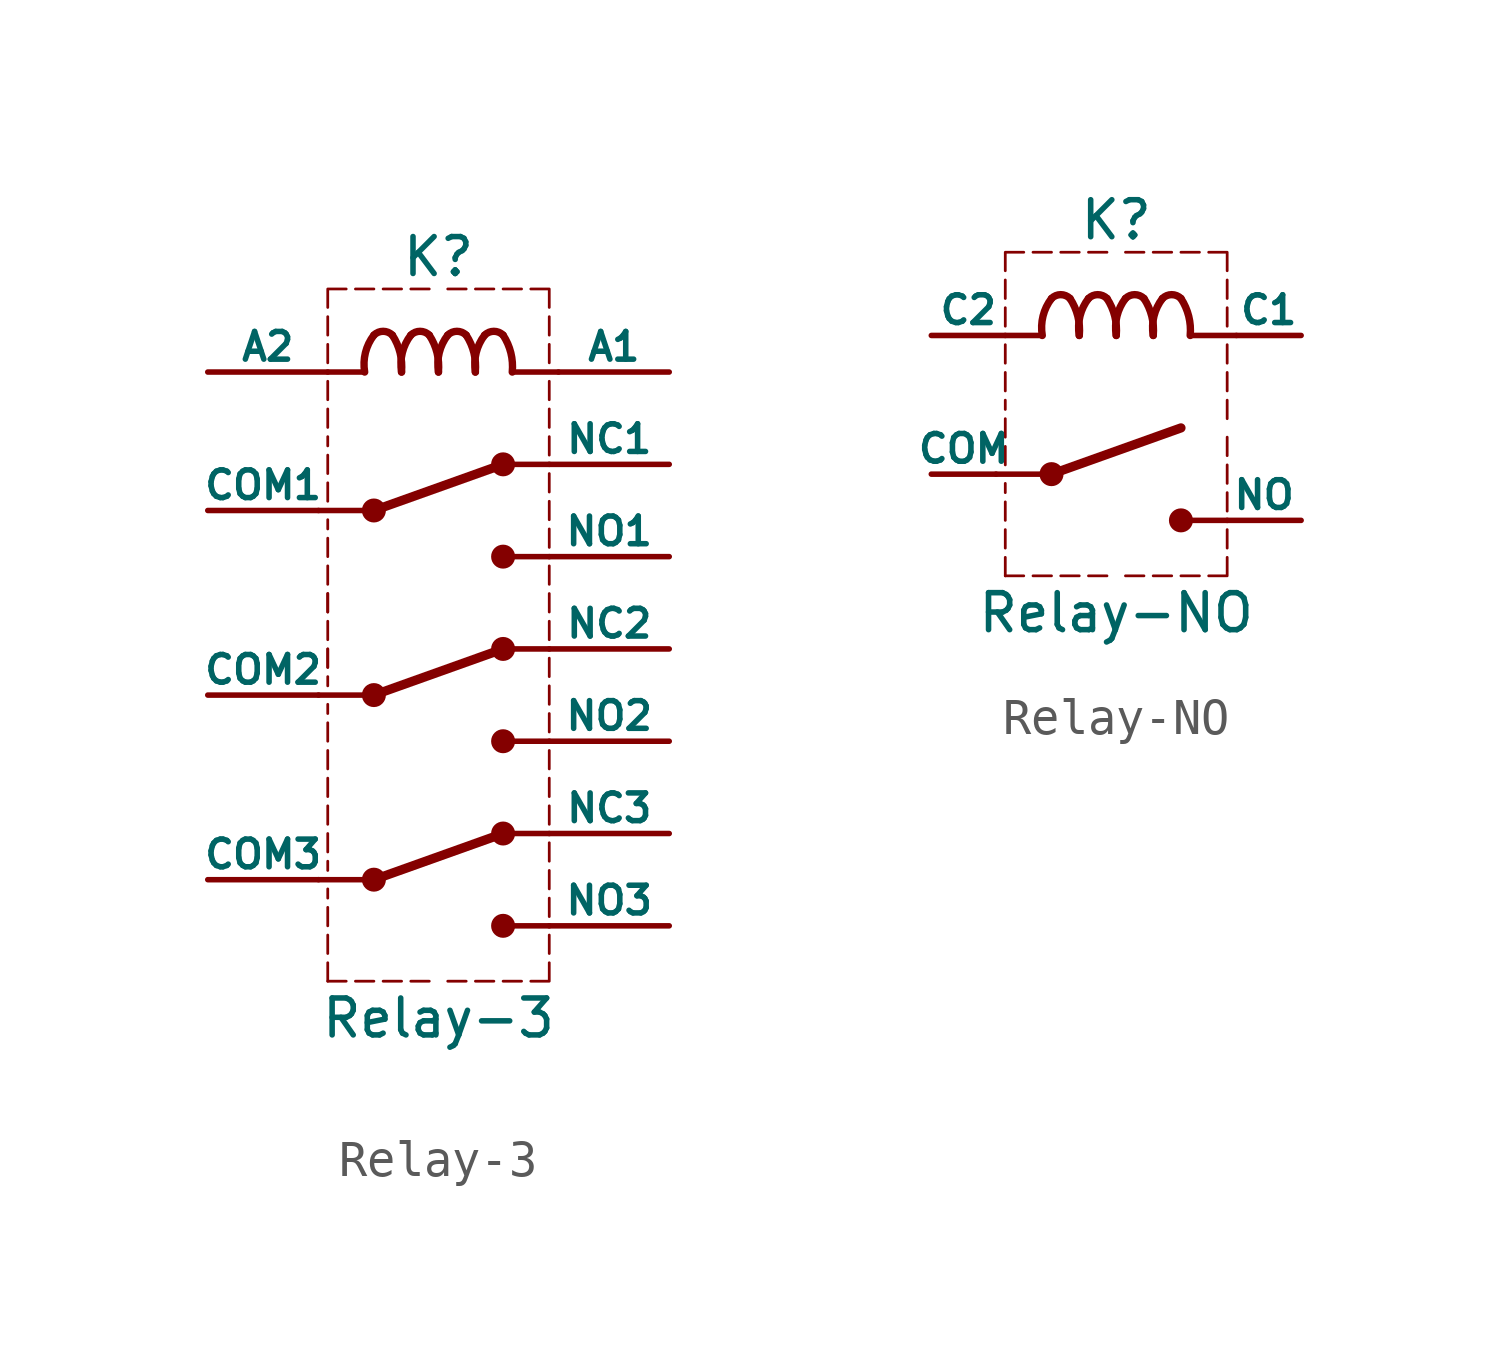
<source format=kicad_sym>
(kicad_symbol_lib
  (version 20231120)
  (generator "kicad_symbol_editor")
  (generator_version "8.0")
  (symbol "Relay-3"
    (pin_numbers hide)
    (pin_names
      (offset 0))
    (property "Reference" "K"
      (at 0 9.525 0)
      (effects (font (size 1.016 1.016))))
    (property "Value" "Relay-3"
      (at 0 -11.43 0)
      (effects (font (size 1.016 1.016))))
    (symbol "Relay-3_1_1"
      (circle (center -1.778 -7.62) (radius 0.254) (stroke (width 0) (type solid)) (fill (type outline)))
      (circle (center -1.778 -2.54) (radius 0.254) (stroke (width 0) (type solid)) (fill (type outline)))
      (circle (center -1.778 2.54) (radius 0.254) (stroke (width 0) (type solid)) (fill (type outline)))
      (arc (start -1.778 7.366) (mid -2.0109 6.884) (end -2.032 6.35) (stroke (width 0.2032) (type solid)) (fill (type none)))
      (arc (start -1.27 7.366) (mid -1.524 7.4712) (end -1.778 7.366) (stroke (width 0.2032) (type solid)) (fill (type none)))
      (arc (start -1.016 6.35) (mid -1.0561 6.8789) (end -1.27 7.366) (stroke (width 0.2032) (type solid)) (fill (type none)))
      (arc (start -0.762 7.366) (mid -0.9949 6.884) (end -1.016 6.35) (stroke (width 0.2032) (type solid)) (fill (type none)))
      (arc (start -0.254 7.366) (mid -0.508 7.4712) (end -0.762 7.366) (stroke (width 0.2032) (type solid)) (fill (type none)))
      (polyline (pts (xy -3.302 -7.62) (xy -1.778 -7.62)) (stroke (width 0) (type solid)) (fill (type none)))
      (polyline (pts (xy -3.302 -2.54) (xy -1.778 -2.54)) (stroke (width 0) (type solid)) (fill (type none)))
      (polyline (pts (xy -3.302 2.54) (xy -1.778 2.54)) (stroke (width 0) (type solid)) (fill (type none)))
      (polyline (pts (xy -3.048 -10.414) (xy -3.048 -9.906)) (stroke (width 0.076) (type solid)) (fill (type none)))
      (polyline (pts (xy -3.048 -9.652) (xy -3.048 -9.144)) (stroke (width 0.076) (type solid)) (fill (type none)))
      (polyline (pts (xy -3.048 -8.89) (xy -3.048 -8.382)) (stroke (width 0.076) (type solid)) (fill (type none)))
      (polyline (pts (xy -3.048 -8.128) (xy -3.048 -7.874)) (stroke (width 0.076) (type solid)) (fill (type none)))
      (polyline (pts (xy -3.048 -7.366) (xy -3.048 -7.112)) (stroke (width 0.076) (type solid)) (fill (type none)))
      (polyline (pts (xy -3.048 -6.858) (xy -3.048 -6.35)) (stroke (width 0.076) (type solid)) (fill (type none)))
      (polyline (pts (xy -3.048 -6.096) (xy -3.048 -5.588)) (stroke (width 0.076) (type solid)) (fill (type none)))
      (polyline (pts (xy -3.048 -5.334) (xy -3.048 -4.826)) (stroke (width 0.076) (type solid)) (fill (type none)))
      (polyline (pts (xy -3.048 -4.572) (xy -3.048 -4.064)) (stroke (width 0.076) (type solid)) (fill (type none)))
      (polyline (pts (xy -3.048 -3.81) (xy -3.048 -3.302)) (stroke (width 0.076) (type solid)) (fill (type none)))
      (polyline (pts (xy -3.048 -3.048) (xy -3.048 -2.794)) (stroke (width 0.076) (type solid)) (fill (type none)))
      (polyline (pts (xy -3.048 -2.286) (xy -3.048 -2.032)) (stroke (width 0.076) (type solid)) (fill (type none)))
      (polyline (pts (xy -3.048 -1.778) (xy -3.048 -1.27)) (stroke (width 0.076) (type solid)) (fill (type none)))
      (polyline (pts (xy -3.048 -1.778) (xy -3.048 -1.27)) (stroke (width 0.076) (type solid)) (fill (type none)))
      (polyline (pts (xy -3.048 -1.016) (xy -3.048 -0.508)) (stroke (width 0.076) (type solid)) (fill (type none)))
      (polyline (pts (xy -3.048 -0.254) (xy -3.048 0.254)) (stroke (width 0.076) (type solid)) (fill (type none)))
      (polyline (pts (xy -3.048 -0.254) (xy -3.048 0.254)) (stroke (width 0.076) (type solid)) (fill (type none)))
      (polyline (pts (xy -3.048 0.508) (xy -3.048 1.016)) (stroke (width 0.076) (type solid)) (fill (type none)))
      (polyline (pts (xy -3.048 1.27) (xy -3.048 1.778)) (stroke (width 0.076) (type solid)) (fill (type none)))
      (polyline (pts (xy -3.048 2.032) (xy -3.048 2.286)) (stroke (width 0.076) (type solid)) (fill (type none)))
      (polyline (pts (xy -3.048 3.302) (xy -3.048 2.794)) (stroke (width 0.076) (type solid)) (fill (type none)))
      (polyline (pts (xy -3.048 3.556) (xy -3.048 4.064)) (stroke (width 0.076) (type solid)) (fill (type none)))
      (polyline (pts (xy -3.048 4.572) (xy -3.048 4.318)) (stroke (width 0.076) (type solid)) (fill (type none)))
      (polyline (pts (xy -3.048 5.334) (xy -3.048 4.826)) (stroke (width 0.076) (type solid)) (fill (type none)))
      (polyline (pts (xy -3.048 6.096) (xy -3.048 5.588)) (stroke (width 0.076) (type solid)) (fill (type none)))
      (polyline (pts (xy -3.048 6.604) (xy -3.048 7.112)) (stroke (width 0.076) (type solid)) (fill (type none)))
      (polyline (pts (xy -3.048 7.366) (xy -3.048 7.874)) (stroke (width 0.076) (type solid)) (fill (type none)))
      (polyline (pts (xy -2.54 -10.414) (xy -3.048 -10.414)) (stroke (width 0.076) (type solid)) (fill (type none)))
      (polyline (pts (xy -2.286 8.636) (xy -1.778 8.636)) (stroke (width 0.076) (type solid)) (fill (type none)))
      (polyline (pts (xy -2.032 6.35) (xy -3.048 6.35)) (stroke (width 0) (type solid)) (fill (type none)))
      (polyline (pts (xy -1.778 -10.414) (xy -2.286 -10.414)) (stroke (width 0.076) (type solid)) (fill (type none)))
      (polyline (pts (xy -1.778 -7.62) (xy 1.778 -6.35)) (stroke (width 0.254) (type solid)) (fill (type none)))
      (polyline (pts (xy -1.778 -2.54) (xy 1.778 -1.27)) (stroke (width 0.254) (type solid)) (fill (type none)))
      (polyline (pts (xy -1.778 2.54) (xy 1.778 3.81)) (stroke (width 0.254) (type solid)) (fill (type none)))
      (polyline (pts (xy -1.016 -10.414) (xy -1.524 -10.414)) (stroke (width 0.076) (type solid)) (fill (type none)))
      (polyline (pts (xy -1.016 8.636) (xy -1.524 8.636)) (stroke (width 0.076) (type solid)) (fill (type none)))
      (polyline (pts (xy -0.254 -10.414) (xy -0.762 -10.414)) (stroke (width 0.076) (type solid)) (fill (type none)))
      (polyline (pts (xy -0.254 8.636) (xy -0.762 8.636)) (stroke (width 0.076) (type solid)) (fill (type none)))
      (polyline (pts (xy 0.762 -10.414) (xy 0.254 -10.414)) (stroke (width 0.076) (type solid)) (fill (type none)))
      (polyline (pts (xy 0.762 8.636) (xy 0.254 8.636)) (stroke (width 0.076) (type solid)) (fill (type none)))
      (polyline (pts (xy 1.524 -10.414) (xy 1.016 -10.414)) (stroke (width 0.076) (type solid)) (fill (type none)))
      (polyline (pts (xy 1.524 8.636) (xy 1.016 8.636)) (stroke (width 0.076) (type solid)) (fill (type none)))
      (polyline (pts (xy 1.778 -8.89) (xy 3.048 -8.89)) (stroke (width 0) (type solid)) (fill (type none)))
      (polyline (pts (xy 1.778 -3.81) (xy 3.048 -3.81)) (stroke (width 0) (type solid)) (fill (type none)))
      (polyline (pts (xy 1.778 1.27) (xy 3.048 1.27)) (stroke (width 0) (type solid)) (fill (type none)))
      (polyline (pts (xy 2.286 -10.414) (xy 1.778 -10.414)) (stroke (width 0.076) (type solid)) (fill (type none)))
      (polyline (pts (xy 2.286 8.636) (xy 1.778 8.636)) (stroke (width 0.076) (type solid)) (fill (type none)))
      (polyline (pts (xy 3.048 -9.144) (xy 3.048 -9.652)) (stroke (width 0.076) (type solid)) (fill (type none)))
      (polyline (pts (xy 3.048 -8.636) (xy 3.048 -8.128)) (stroke (width 0.076) (type solid)) (fill (type none)))
      (polyline (pts (xy 3.048 -7.366) (xy 3.048 -7.874)) (stroke (width 0.076) (type solid)) (fill (type none)))
      (polyline (pts (xy 3.048 -6.604) (xy 3.048 -7.112)) (stroke (width 0.076) (type solid)) (fill (type none)))
      (polyline (pts (xy 3.048 -6.35) (xy 1.778 -6.35)) (stroke (width 0) (type solid)) (fill (type none)))
      (polyline (pts (xy 3.048 -5.588) (xy 3.048 -6.096)) (stroke (width 0.076) (type solid)) (fill (type none)))
      (polyline (pts (xy 3.048 -4.826) (xy 3.048 -5.334)) (stroke (width 0.076) (type solid)) (fill (type none)))
      (polyline (pts (xy 3.048 -4.064) (xy 3.048 -4.572)) (stroke (width 0.076) (type solid)) (fill (type none)))
      (polyline (pts (xy 3.048 -3.556) (xy 3.048 -3.048)) (stroke (width 0.076) (type solid)) (fill (type none)))
      (polyline (pts (xy 3.048 -2.286) (xy 3.048 -2.794)) (stroke (width 0.076) (type solid)) (fill (type none)))
      (polyline (pts (xy 3.048 -1.524) (xy 3.048 -2.032)) (stroke (width 0.076) (type solid)) (fill (type none)))
      (polyline (pts (xy 3.048 -1.27) (xy 1.778 -1.27)) (stroke (width 0) (type solid)) (fill (type none)))
      (polyline (pts (xy 3.048 -0.508) (xy 3.048 -1.016)) (stroke (width 0.076) (type solid)) (fill (type none)))
      (polyline (pts (xy 3.048 0.254) (xy 3.048 -0.254)) (stroke (width 0.076) (type solid)) (fill (type none)))
      (polyline (pts (xy 3.048 1.016) (xy 3.048 0.508)) (stroke (width 0.076) (type solid)) (fill (type none)))
      (polyline (pts (xy 3.048 1.524) (xy 3.048 2.032)) (stroke (width 0.076) (type solid)) (fill (type none)))
      (polyline (pts (xy 3.048 2.794) (xy 3.048 2.286)) (stroke (width 0.076) (type solid)) (fill (type none)))
      (polyline (pts (xy 3.048 3.556) (xy 3.048 3.048)) (stroke (width 0.076) (type solid)) (fill (type none)))
      (polyline (pts (xy 3.048 3.81) (xy 1.778 3.81)) (stroke (width 0) (type solid)) (fill (type none)))
      (polyline (pts (xy 3.048 4.064) (xy 3.048 4.572)) (stroke (width 0.076) (type solid)) (fill (type none)))
      (polyline (pts (xy 3.048 5.334) (xy 3.048 4.826)) (stroke (width 0.076) (type solid)) (fill (type none)))
      (polyline (pts (xy 3.048 6.096) (xy 3.048 5.588)) (stroke (width 0.076) (type solid)) (fill (type none)))
      (polyline (pts (xy 3.048 7.112) (xy 3.048 6.604)) (stroke (width 0.076) (type solid)) (fill (type none)))
      (polyline (pts (xy 3.048 7.874) (xy 3.048 7.366)) (stroke (width 0.076) (type solid)) (fill (type none)))
      (polyline (pts (xy 3.302 6.35) (xy 2.032 6.35)) (stroke (width 0) (type solid)) (fill (type none)))
      (polyline (pts (xy -3.048 8.128) (xy -3.048 8.636) (xy -2.54 8.636)) (stroke (width 0.076) (type solid)) (fill (type none)))
      (polyline (pts (xy 2.54 8.636) (xy 3.048 8.636) (xy 3.048 8.128)) (stroke (width 0.076) (type solid)) (fill (type none)))
      (polyline (pts (xy 3.048 -9.906) (xy 3.048 -10.414) (xy 2.54 -10.414)) (stroke (width 0.076) (type solid)) (fill (type none)))
      (arc (start 0 6.35) (mid -0.0401 6.8789) (end -0.254 7.366) (stroke (width 0.2032) (type solid)) (fill (type none)))
      (arc (start 0.254 7.366) (mid 0.0211 6.884) (end 0 6.35) (stroke (width 0.2032) (type solid)) (fill (type none)))
      (arc (start 0.762 7.366) (mid 0.508 7.4712) (end 0.254 7.366) (stroke (width 0.2032) (type solid)) (fill (type none)))
      (arc (start 1.016 6.35) (mid 0.9759 6.8789) (end 0.762 7.366) (stroke (width 0.2032) (type solid)) (fill (type none)))
      (arc (start 1.27 7.366) (mid 1.0371 6.884) (end 1.016 6.35) (stroke (width 0.2032) (type solid)) (fill (type none)))
      (circle (center 1.778 -8.89) (radius 0.254) (stroke (width 0) (type solid)) (fill (type outline)))
      (circle (center 1.778 -6.35) (radius 0.254) (stroke (width 0) (type solid)) (fill (type outline)))
      (circle (center 1.778 -3.81) (radius 0.254) (stroke (width 0) (type solid)) (fill (type outline)))
      (circle (center 1.778 -1.27) (radius 0.254) (stroke (width 0) (type solid)) (fill (type outline)))
      (circle (center 1.778 1.27) (radius 0.254) (stroke (width 0) (type solid)) (fill (type outline)))
      (circle (center 1.778 3.81) (radius 0.254) (stroke (width 0) (type solid)) (fill (type outline)))
      (arc (start 1.778 7.366) (mid 1.524 7.4712) (end 1.27 7.366) (stroke (width 0.2032) (type solid)) (fill (type none)))
      (arc (start 2.032 6.35) (mid 1.9919 6.8789) (end 1.778 7.366) (stroke (width 0.2032) (type solid)) (fill (type none)))
      (pin passive line (at 6.35 6.35 180) (length 3.048) (name "A1" (effects (font (size 0.762 0.762)))) (number "1" (effects (font (size 0.762 0.762)))))
      (pin passive line (at -6.35 6.35 0) (length 3.302) (name "A2" (effects (font (size 0.762 0.762)))) (number "2" (effects (font (size 0.762 0.762)))))
      (pin passive line (at -6.35 2.54 0) (length 3.048) (name "COM1" (effects (font (size 0.762 0.762)))) (number "3" (effects (font (size 0.762 0.762)))))
      (pin passive line (at -6.35 -2.54 0) (length 3.048) (name "COM2" (effects (font (size 0.762 0.762)))) (number "3" (effects (font (size 0.762 0.762)))))
      (pin passive line (at -6.35 -7.62 0) (length 3.048) (name "COM3" (effects (font (size 0.762 0.762)))) (number "3" (effects (font (size 0.762 0.762)))))
      (pin passive line (at 6.35 1.27 180) (length 3.302) (name "NO1" (effects (font (size 0.762 0.762)))) (number "4" (effects (font (size 0.762 0.762)))))
      (pin passive line (at 6.35 -3.81 180) (length 3.302) (name "NO2" (effects (font (size 0.762 0.762)))) (number "4" (effects (font (size 0.762 0.762)))))
      (pin passive line (at 6.35 -8.89 180) (length 3.302) (name "NO3" (effects (font (size 0.762 0.762)))) (number "4" (effects (font (size 0.762 0.762)))))
      (pin passive line (at 6.35 3.81 180) (length 3.302) (name "NC1" (effects (font (size 0.762 0.762)))) (number "5" (effects (font (size 0.762 0.762)))))
      (pin passive line (at 6.35 -1.27 180) (length 3.302) (name "NC2" (effects (font (size 0.762 0.762)))) (number "5" (effects (font (size 0.762 0.762)))))
      (pin passive line (at 6.35 -6.35 180) (length 3.302) (name "NC3" (effects (font (size 0.762 0.762)))) (number "5" (effects (font (size 0.762 0.762)))))))
  (symbol "Relay-NO"
    (pin_numbers hide)
    (pin_names
      (offset 0))
    (property "Reference" "K"
      (at 0 5.715 0)
      (effects (font (size 1.016 1.016))))
    (property "Value" "Relay-NO"
      (at 0 -5.08 0)
      (effects (font (size 1.016 1.016))))
    (symbol "Relay-NO_0_1"
      (circle (center -1.778 -1.27) (radius 0.254) (stroke (width 0) (type solid)) (fill (type outline)))
      (arc (start -1.778 3.556) (mid -2.0109 3.074) (end -2.032 2.54) (stroke (width 0.2032) (type solid)) (fill (type none)))
      (arc (start -1.27 3.556) (mid -1.524 3.6612) (end -1.778 3.556) (stroke (width 0.2032) (type solid)) (fill (type none)))
      (arc (start -1.016 2.54) (mid -1.0561 3.0689) (end -1.27 3.556) (stroke (width 0.2032) (type solid)) (fill (type none)))
      (arc (start -0.762 3.556) (mid -0.9949 3.074) (end -1.016 2.54) (stroke (width 0.2032) (type solid)) (fill (type none)))
      (arc (start -0.254 3.556) (mid -0.508 3.6612) (end -0.762 3.556) (stroke (width 0.2032) (type solid)) (fill (type none)))
      (polyline (pts (xy -3.302 -1.27) (xy -1.778 -1.27)) (stroke (width 0) (type solid)) (fill (type none)))
      (polyline (pts (xy -3.048 -4.064) (xy -3.048 -3.556)) (stroke (width 0.076) (type solid)) (fill (type none)))
      (polyline (pts (xy -3.048 -3.302) (xy -3.048 -2.794)) (stroke (width 0.076) (type solid)) (fill (type none)))
      (polyline (pts (xy -3.048 -2.54) (xy -3.048 -2.032)) (stroke (width 0.076) (type solid)) (fill (type none)))
      (polyline (pts (xy -3.048 -1.778) (xy -3.048 -1.524)) (stroke (width 0.076) (type solid)) (fill (type none)))
      (polyline (pts (xy -3.048 -0.508) (xy -3.048 -1.016)) (stroke (width 0.076) (type solid)) (fill (type none)))
      (polyline (pts (xy -3.048 -0.254) (xy -3.048 0.254)) (stroke (width 0.076) (type solid)) (fill (type none)))
      (polyline (pts (xy -3.048 0.762) (xy -3.048 0.508)) (stroke (width 0.076) (type solid)) (fill (type none)))
      (polyline (pts (xy -3.048 1.524) (xy -3.048 1.016)) (stroke (width 0.076) (type solid)) (fill (type none)))
      (polyline (pts (xy -3.048 2.286) (xy -3.048 1.778)) (stroke (width 0.076) (type solid)) (fill (type none)))
      (polyline (pts (xy -3.048 2.794) (xy -3.048 3.302)) (stroke (width 0.076) (type solid)) (fill (type none)))
      (polyline (pts (xy -3.048 3.556) (xy -3.048 4.064)) (stroke (width 0.076) (type solid)) (fill (type none)))
      (polyline (pts (xy -2.54 -4.064) (xy -3.048 -4.064)) (stroke (width 0.076) (type solid)) (fill (type none)))
      (polyline (pts (xy -2.286 4.826) (xy -1.778 4.826)) (stroke (width 0.076) (type solid)) (fill (type none)))
      (polyline (pts (xy -2.032 2.54) (xy -3.048 2.54)) (stroke (width 0) (type solid)) (fill (type none)))
      (polyline (pts (xy -1.778 -4.064) (xy -2.286 -4.064)) (stroke (width 0.076) (type solid)) (fill (type none)))
      (polyline (pts (xy -1.778 -1.27) (xy 1.778 0)) (stroke (width 0.254) (type solid)) (fill (type none)))
      (polyline (pts (xy -1.016 -4.064) (xy -1.524 -4.064)) (stroke (width 0.076) (type solid)) (fill (type none)))
      (polyline (pts (xy -1.016 4.826) (xy -1.524 4.826)) (stroke (width 0.076) (type solid)) (fill (type none)))
      (polyline (pts (xy -0.254 -4.064) (xy -0.762 -4.064)) (stroke (width 0.076) (type solid)) (fill (type none)))
      (polyline (pts (xy -0.254 4.826) (xy -0.762 4.826)) (stroke (width 0.076) (type solid)) (fill (type none)))
      (polyline (pts (xy 0.762 -4.064) (xy 0.254 -4.064)) (stroke (width 0.076) (type solid)) (fill (type none)))
      (polyline (pts (xy 0.762 4.826) (xy 0.254 4.826)) (stroke (width 0.076) (type solid)) (fill (type none)))
      (polyline (pts (xy 1.524 -4.064) (xy 1.016 -4.064)) (stroke (width 0.076) (type solid)) (fill (type none)))
      (polyline (pts (xy 1.524 4.826) (xy 1.016 4.826)) (stroke (width 0.076) (type solid)) (fill (type none)))
      (polyline (pts (xy 1.778 -2.54) (xy 3.048 -2.54)) (stroke (width 0) (type solid)) (fill (type none)))
      (polyline (pts (xy 2.286 -4.064) (xy 1.778 -4.064)) (stroke (width 0.076) (type solid)) (fill (type none)))
      (polyline (pts (xy 2.286 4.826) (xy 1.778 4.826)) (stroke (width 0.076) (type solid)) (fill (type none)))
      (polyline (pts (xy 3.048 -2.794) (xy 3.048 -3.302)) (stroke (width 0.076) (type solid)) (fill (type none)))
      (polyline (pts (xy 3.048 -2.286) (xy 3.048 -1.778)) (stroke (width 0.076) (type solid)) (fill (type none)))
      (polyline (pts (xy 3.048 -1.016) (xy 3.048 -1.524)) (stroke (width 0.076) (type solid)) (fill (type none)))
      (polyline (pts (xy 3.048 -0.254) (xy 3.048 -0.762)) (stroke (width 0.076) (type solid)) (fill (type none)))
      (polyline (pts (xy 3.048 0.254) (xy 3.048 0.762)) (stroke (width 0.076) (type solid)) (fill (type none)))
      (polyline (pts (xy 3.048 1.524) (xy 3.048 1.016)) (stroke (width 0.076) (type solid)) (fill (type none)))
      (polyline (pts (xy 3.048 2.286) (xy 3.048 1.778)) (stroke (width 0.076) (type solid)) (fill (type none)))
      (polyline (pts (xy 3.048 3.302) (xy 3.048 2.794)) (stroke (width 0.076) (type solid)) (fill (type none)))
      (polyline (pts (xy 3.048 4.064) (xy 3.048 3.556)) (stroke (width 0.076) (type solid)) (fill (type none)))
      (polyline (pts (xy 3.302 2.54) (xy 2.032 2.54)) (stroke (width 0) (type solid)) (fill (type none)))
      (polyline (pts (xy -3.048 4.318) (xy -3.048 4.826) (xy -2.54 4.826)) (stroke (width 0.076) (type solid)) (fill (type none)))
      (polyline (pts (xy 2.54 4.826) (xy 3.048 4.826) (xy 3.048 4.318)) (stroke (width 0.076) (type solid)) (fill (type none)))
      (polyline (pts (xy 3.048 -3.556) (xy 3.048 -4.064) (xy 2.54 -4.064)) (stroke (width 0.076) (type solid)) (fill (type none)))
      (arc (start 0 2.54) (mid -0.0401 3.0689) (end -0.254 3.556) (stroke (width 0.2032) (type solid)) (fill (type none)))
      (arc (start 0.254 3.556) (mid 0.0211 3.074) (end 0 2.54) (stroke (width 0.2032) (type solid)) (fill (type none)))
      (arc (start 0.762 3.556) (mid 0.508 3.6612) (end 0.254 3.556) (stroke (width 0.2032) (type solid)) (fill (type none)))
      (arc (start 1.016 2.54) (mid 0.9759 3.0689) (end 0.762 3.556) (stroke (width 0.2032) (type solid)) (fill (type none)))
      (circle (center 1.778 -2.54) (radius 0.254) (stroke (width 0) (type solid)) (fill (type outline)))
      (arc (start 1.778 3.556) (mid 1.524 3.6612) (end 1.27 3.556) (stroke (width 0.2032) (type solid)) (fill (type none)))
      (arc (start 2.032 2.54) (mid 1.9919 3.0689) (end 1.778 3.556) (stroke (width 0.2032) (type solid)) (fill (type none))))
    (symbol "Relay-NO_1_1"
      (arc (start 1.27 3.556) (mid 1.0371 3.074) (end 1.016 2.54) (stroke (width 0.2032) (type solid)) (fill (type none)))
      (pin passive line (at 5.08 2.54 180) (length 1.778) (name "C1" (effects (font (size 0.762 0.762)))) (number "1" (effects (font (size 0.762 0.762)))))
      (pin passive line (at -5.08 2.54 0) (length 2.032) (name "C2" (effects (font (size 0.762 0.762)))) (number "2" (effects (font (size 0.762 0.762)))))
      (pin passive line (at -5.08 -1.27 0) (length 1.778) (name "COM" (effects (font (size 0.762 0.762)))) (number "3" (effects (font (size 0.762 0.762)))))
      (pin passive line (at 5.08 -2.54 180) (length 2.032) (name "NO" (effects (font (size 0.762 0.762)))) (number "4" (effects (font (size 0.762 0.762))))))))
</source>
